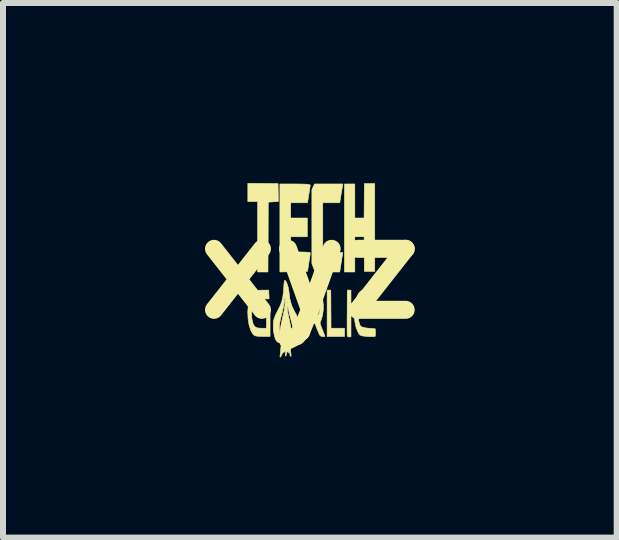
<source format=kicad_pcb>
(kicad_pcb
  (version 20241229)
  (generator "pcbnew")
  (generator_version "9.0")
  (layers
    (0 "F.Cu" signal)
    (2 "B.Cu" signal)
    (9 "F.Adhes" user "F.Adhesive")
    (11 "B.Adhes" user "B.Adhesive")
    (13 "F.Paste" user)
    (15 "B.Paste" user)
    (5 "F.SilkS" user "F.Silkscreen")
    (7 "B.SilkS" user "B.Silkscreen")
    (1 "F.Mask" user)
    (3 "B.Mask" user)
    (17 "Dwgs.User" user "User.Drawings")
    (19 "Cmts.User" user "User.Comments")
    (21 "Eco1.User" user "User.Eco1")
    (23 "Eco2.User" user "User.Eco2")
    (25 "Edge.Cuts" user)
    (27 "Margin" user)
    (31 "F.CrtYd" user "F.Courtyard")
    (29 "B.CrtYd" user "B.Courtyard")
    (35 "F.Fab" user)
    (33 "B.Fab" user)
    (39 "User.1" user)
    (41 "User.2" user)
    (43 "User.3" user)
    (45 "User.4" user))
  (footprint "xyz"
    (layer "F.Cu")
    (at 2.112 1.422)
    (property "Reference" "xyz" (at 0 0 0) (layer "F.SilkS") (effects (font (size 1.524 1.524) (thickness 0.3))))
    (attr through_hole)
    (fp_poly (pts (xy 0.353 0.996) (xy 0.577 0.996) (xy 0.577 1.133) (xy 0.288 1.133) (xy 0.288 0.361) (xy 0.349 0.361) (xy 0.353 0.996)) (stroke (width 0.01) (type solid)) (fill yes) (layer "F.SilkS"))
    (fp_poly (pts (xy -0.781 -1.415) (xy -0.53 -1.413) (xy -0.527 -1.264) (xy -0.525 -1.115) (xy -0.609 -1.11) (xy -0.693 -1.104) (xy -0.695 -0.523) (xy -0.698 0.059) (xy -0.87 0.059) (xy -0.87 -1.114) (xy -1.033 -1.114) (xy -1.033 -1.265) (xy -1.033 -1.417) (xy -0.781 -1.415)) (stroke (width 0.01) (type solid)) (fill yes) (layer "F.SilkS"))
    (fp_poly (pts (xy 0.685 1.139) (xy 0.655 1.141) (xy 0.635 1.137) (xy 0.623 1.125) (xy 0.623 1.123) (xy 0.622 1.098) (xy 0.621 1.04) (xy 0.621 0.956) (xy 0.621 0.853) (xy 0.622 0.736) (xy 0.622 0.732) (xy 0.624 0.361) (xy 0.685 0.361) (xy 0.685 1.139)) (stroke (width 0.01) (type solid)) (fill yes) (layer "F.SilkS"))
    (fp_poly (pts (xy 1.081 0.049) (xy 0.908 0.049) (xy 0.906 -0.239) (xy 0.904 -0.528) (xy 0.749 -0.528) (xy 0.749 0.059) (xy 0.577 0.059) (xy 0.577 -1.407) (xy 0.749 -1.407) (xy 0.749 -0.84) (xy 0.904 -0.84) (xy 0.906 -1.126) (xy 0.908 -1.413) (xy 0.994 -1.413) (xy 1.081 -1.414) (xy 1.081 0.049)) (stroke (width 0.01) (type solid)) (fill yes) (layer "F.SilkS"))
    (fp_poly (pts (xy 0.539 -1.343) (xy 0.529 -1.285) (xy 0.517 -1.214) (xy 0.513 -1.187) (xy 0.498 -1.094) (xy 0.215 -1.094) (xy 0.215 -0.274) (xy 0.382 -0.269) (xy 0.549 -0.264) (xy 0.523 -0.103) (xy 0.498 0.059) (xy 0.088 0.059) (xy 0.061 -0.01) (xy 0.034 -0.08) (xy 0.034 -1.311) (xy 0.077 -1.407) (xy 0.55 -1.407) (xy 0.539 -1.343)) (stroke (width 0.01) (type solid)) (fill yes) (layer "F.SilkS"))
    (fp_poly (pts (xy -0.169 -1.406) (xy -0.109 -1.405) (xy -0.063 -1.403) (xy -0.03 -1.4) (xy -0.008 -1.396) (xy 0.003 -1.391) (xy 0.007 -1.383) (xy 0.007 -1.382) (xy 0.002 -1.353) (xy -0.007 -1.298) (xy -0.017 -1.229) (xy -0.018 -1.226) (xy -0.039 -1.094) (xy -0.319 -1.094) (xy -0.319 -0.84) (xy -0.043 -0.84) (xy -0.043 -0.528) (xy -0.319 -0.528) (xy -0.319 -0.274) (xy -0.155 -0.274) (xy -0.104 -0.273) (xy -0.06 -0.271) (xy -0.024 -0.268) (xy -0.001 -0.264) (xy 0.008 -0.259) (xy 0.008 -0.259) (xy 0.005 -0.235) (xy -0.002 -0.184) (xy -0.013 -0.116) (xy -0.016 -0.098) (xy -0.039 0.049) (xy -0.269 0.054) (xy -0.499 0.059) (xy -0.499 -1.407) (xy -0.244 -1.407) (xy -0.169 -1.406)) (stroke (width 0.01) (type solid)) (fill yes) (layer "F.SilkS"))
    (fp_poly (pts (xy -0.682 0.435) (xy -0.679 0.508) (xy -0.788 0.508) (xy -0.844 0.51) (xy -0.886 0.518) (xy -0.916 0.534) (xy -0.937 0.559) (xy -0.952 0.597) (xy -0.961 0.636) (xy -0.972 0.731) (xy -0.968 0.821) (xy -0.959 0.872) (xy -0.945 0.924) (xy -0.926 0.959) (xy -0.9 0.981) (xy -0.863 0.993) (xy -0.812 0.996) (xy -0.81 0.996) (xy -0.723 0.996) (xy -0.723 0.801) (xy -0.878 0.801) (xy -0.878 0.684) (xy -0.663 0.684) (xy -0.663 1.133) (xy -0.79 1.132) (xy -0.841 1.131) (xy -0.879 1.129) (xy -0.906 1.123) (xy -0.926 1.115) (xy -0.941 1.102) (xy -0.949 1.093) (xy -0.986 1.028) (xy -1.013 0.939) (xy -1.029 0.835) (xy -1.034 0.725) (xy -1.026 0.618) (xy -1.006 0.522) (xy -0.997 0.497) (xy -0.976 0.447) (xy -0.956 0.411) (xy -0.933 0.387) (xy -0.904 0.372) (xy -0.865 0.365) (xy -0.813 0.362) (xy -0.801 0.362) (xy -0.685 0.361) (xy -0.682 0.435)) (stroke (width 0.01) (type solid)) (fill yes) (layer "F.SilkS"))
    (fp_poly (pts (xy 1.089 0.498) (xy 0.972 0.508) (xy 0.921 0.513) (xy 0.884 0.52) (xy 0.858 0.532) (xy 0.84 0.549) (xy 0.827 0.576) (xy 0.816 0.614) (xy 0.813 0.628) (xy 0.802 0.71) (xy 0.803 0.797) (xy 0.814 0.879) (xy 0.834 0.942) (xy 0.846 0.962) (xy 0.863 0.973) (xy 0.895 0.984) (xy 0.938 0.992) (xy 0.977 0.996) (xy 1.089 1.006) (xy 1.092 1.062) (xy 1.092 1.107) (xy 1.088 1.131) (xy 1.077 1.134) (xy 1.052 1.136) (xy 1.017 1.136) (xy 0.975 1.134) (xy 0.959 1.133) (xy 0.911 1.129) (xy 0.877 1.124) (xy 0.853 1.118) (xy 0.836 1.108) (xy 0.822 1.094) (xy 0.809 1.074) (xy 0.806 1.069) (xy 0.771 0.986) (xy 0.749 0.884) (xy 0.741 0.759) (xy 0.74 0.74) (xy 0.747 0.616) (xy 0.768 0.515) (xy 0.802 0.435) (xy 0.819 0.41) (xy 0.836 0.391) (xy 0.852 0.377) (xy 0.871 0.369) (xy 0.897 0.364) (xy 0.934 0.362) (xy 0.973 0.362) (xy 1.089 0.361) (xy 1.089 0.498)) (stroke (width 0.01) (type solid)) (fill yes) (layer "F.SilkS"))
    (fp_poly (pts (xy -0.371 1.264) (xy -0.338 1.269) (xy -0.311 1.277) (xy -0.295 1.287) (xy -0.293 1.293) (xy -0.3 1.303) (xy -0.311 1.298) (xy -0.324 1.293) (xy -0.327 1.31) (xy -0.325 1.341) (xy -0.319 1.395) (xy -0.314 1.431) (xy -0.313 1.46) (xy -0.318 1.465) (xy -0.327 1.455) (xy -0.327 1.451) (xy -0.332 1.427) (xy -0.344 1.389) (xy -0.345 1.387) (xy -0.356 1.359) (xy -0.358 1.361) (xy -0.356 1.377) (xy -0.353 1.404) (xy -0.359 1.399) (xy -0.363 1.392) (xy -0.374 1.381) (xy -0.382 1.399) (xy -0.386 1.417) (xy -0.397 1.456) (xy -0.405 1.462) (xy -0.408 1.434) (xy -0.406 1.412) (xy -0.404 1.376) (xy -0.409 1.372) (xy -0.415 1.382) (xy -0.428 1.397) (xy -0.433 1.393) (xy -0.443 1.396) (xy -0.458 1.419) (xy -0.459 1.42) (xy -0.482 1.465) (xy -0.495 1.48) (xy -0.497 1.465) (xy -0.496 1.454) (xy -0.49 1.409) (xy -0.485 1.35) (xy -0.485 1.345) (xy -0.481 1.301) (xy -0.473 1.279) (xy -0.457 1.27) (xy -0.44 1.266) (xy -0.406 1.263) (xy -0.371 1.264)) (stroke (width 0.01) (type solid)) (fill yes) (layer "F.SilkS"))
    (fp_poly (pts (xy 0.058 0.363) (xy 0.105 0.367) (xy 0.139 0.375) (xy 0.16 0.387) (xy 0.161 0.388) (xy 0.193 0.437) (xy 0.213 0.51) (xy 0.224 0.597) (xy 0.224 0.689) (xy 0.212 0.779) (xy 0.189 0.857) (xy 0.179 0.879) (xy 0.172 0.896) (xy 0.171 0.914) (xy 0.178 0.942) (xy 0.195 0.986) (xy 0.209 1.021) (xy 0.23 1.074) (xy 0.245 1.113) (xy 0.25 1.134) (xy 0.25 1.135) (xy 0.239 1.135) (xy 0.218 1.134) (xy 0.207 1.133) (xy 0.185 1.129) (xy 0.168 1.115) (xy 0.152 1.085) (xy 0.13 1.032) (xy 0.126 1.024) (xy 0.085 0.918) (xy -0.043 0.918) (xy -0.043 0.801) (xy 0.043 0.801) (xy 0.092 0.798) (xy 0.125 0.787) (xy 0.147 0.764) (xy 0.159 0.727) (xy 0.163 0.673) (xy 0.164 0.648) (xy 0.162 0.596) (xy 0.156 0.558) (xy 0.143 0.533) (xy 0.12 0.518) (xy 0.086 0.51) (xy 0.038 0.508) (xy 0.023 0.508) (xy -0.086 0.508) (xy -0.086 1.129) (xy -0.113 1.138) (xy -0.133 1.138) (xy -0.143 1.125) (xy -0.144 1.099) (xy -0.145 1.041) (xy -0.145 0.956) (xy -0.145 0.853) (xy -0.144 0.735) (xy -0.144 0.732) (xy -0.142 0.361) (xy -0.004 0.361) (xy 0.058 0.363)) (stroke (width 0.01) (type solid)) (fill yes) (layer "F.SilkS"))
    (fp_poly (pts (xy -0.4 0.212) (xy -0.38 0.254) (xy -0.362 0.31) (xy -0.351 0.369) (xy -0.349 0.381) (xy -0.332 0.514) (xy -0.3 0.625) (xy -0.262 0.705) (xy -0.227 0.767) (xy -0.205 0.82) (xy -0.194 0.875) (xy -0.19 0.939) (xy -0.191 0.996) (xy -0.2 1.099) (xy -0.219 1.173) (xy -0.25 1.22) (xy -0.293 1.241) (xy -0.336 1.24) (xy -0.367 1.235) (xy -0.389 1.232) (xy -0.411 1.233) (xy -0.437 1.235) (xy -0.461 1.238) (xy -0.495 1.239) (xy -0.527 1.232) (xy -0.543 1.223) (xy -0.571 1.184) (xy -0.592 1.118) (xy -0.606 1.037) (xy -0.608 0.999) (xy -0.507 0.999) (xy -0.507 1.006) (xy -0.507 1.104) (xy -0.491 1) (xy -0.476 0.921) (xy -0.458 0.834) (xy -0.449 0.795) (xy -0.426 0.691) (xy -0.414 0.606) (xy -0.378 0.606) (xy -0.376 0.657) (xy -0.37 0.715) (xy -0.357 0.787) (xy -0.336 0.884) (xy -0.336 0.887) (xy -0.318 0.971) (xy -0.304 1.046) (xy -0.295 1.104) (xy -0.292 1.131) (xy -0.292 1.182) (xy -0.283 1.135) (xy -0.279 1.083) (xy -0.281 1.024) (xy -0.288 0.968) (xy -0.302 0.902) (xy -0.311 0.871) (xy -0.338 0.768) (xy -0.356 0.686) (xy -0.367 0.617) (xy -0.371 0.586) (xy -0.375 0.546) (xy -0.376 0.539) (xy -0.377 0.567) (xy -0.378 0.606) (xy -0.414 0.606) (xy -0.413 0.599) (xy -0.41 0.527) (xy -0.412 0.503) (xy -0.417 0.483) (xy -0.42 0.493) (xy -0.424 0.539) (xy -0.424 0.539) (xy -0.431 0.596) (xy -0.446 0.671) (xy -0.465 0.752) (xy -0.468 0.762) (xy -0.488 0.839) (xy -0.5 0.896) (xy -0.506 0.945) (xy -0.507 0.999) (xy -0.608 0.999) (xy -0.61 0.951) (xy -0.604 0.871) (xy -0.596 0.838) (xy -0.581 0.798) (xy -0.558 0.747) (xy -0.538 0.709) (xy -0.497 0.628) (xy -0.468 0.552) (xy -0.45 0.473) (xy -0.438 0.377) (xy -0.434 0.304) (xy -0.429 0.241) (xy -0.422 0.203) (xy -0.418 0.195) (xy -0.4 0.212)) (stroke (width 0.01) (type solid)) (fill yes) (layer "F.SilkS")))
  (gr_rect
    (start -3 -3)
    (end 7.224 5.906)
    (stroke (width 0.1) (type default))
    (fill no)
    (layer "Edge.Cuts")))
</source>
